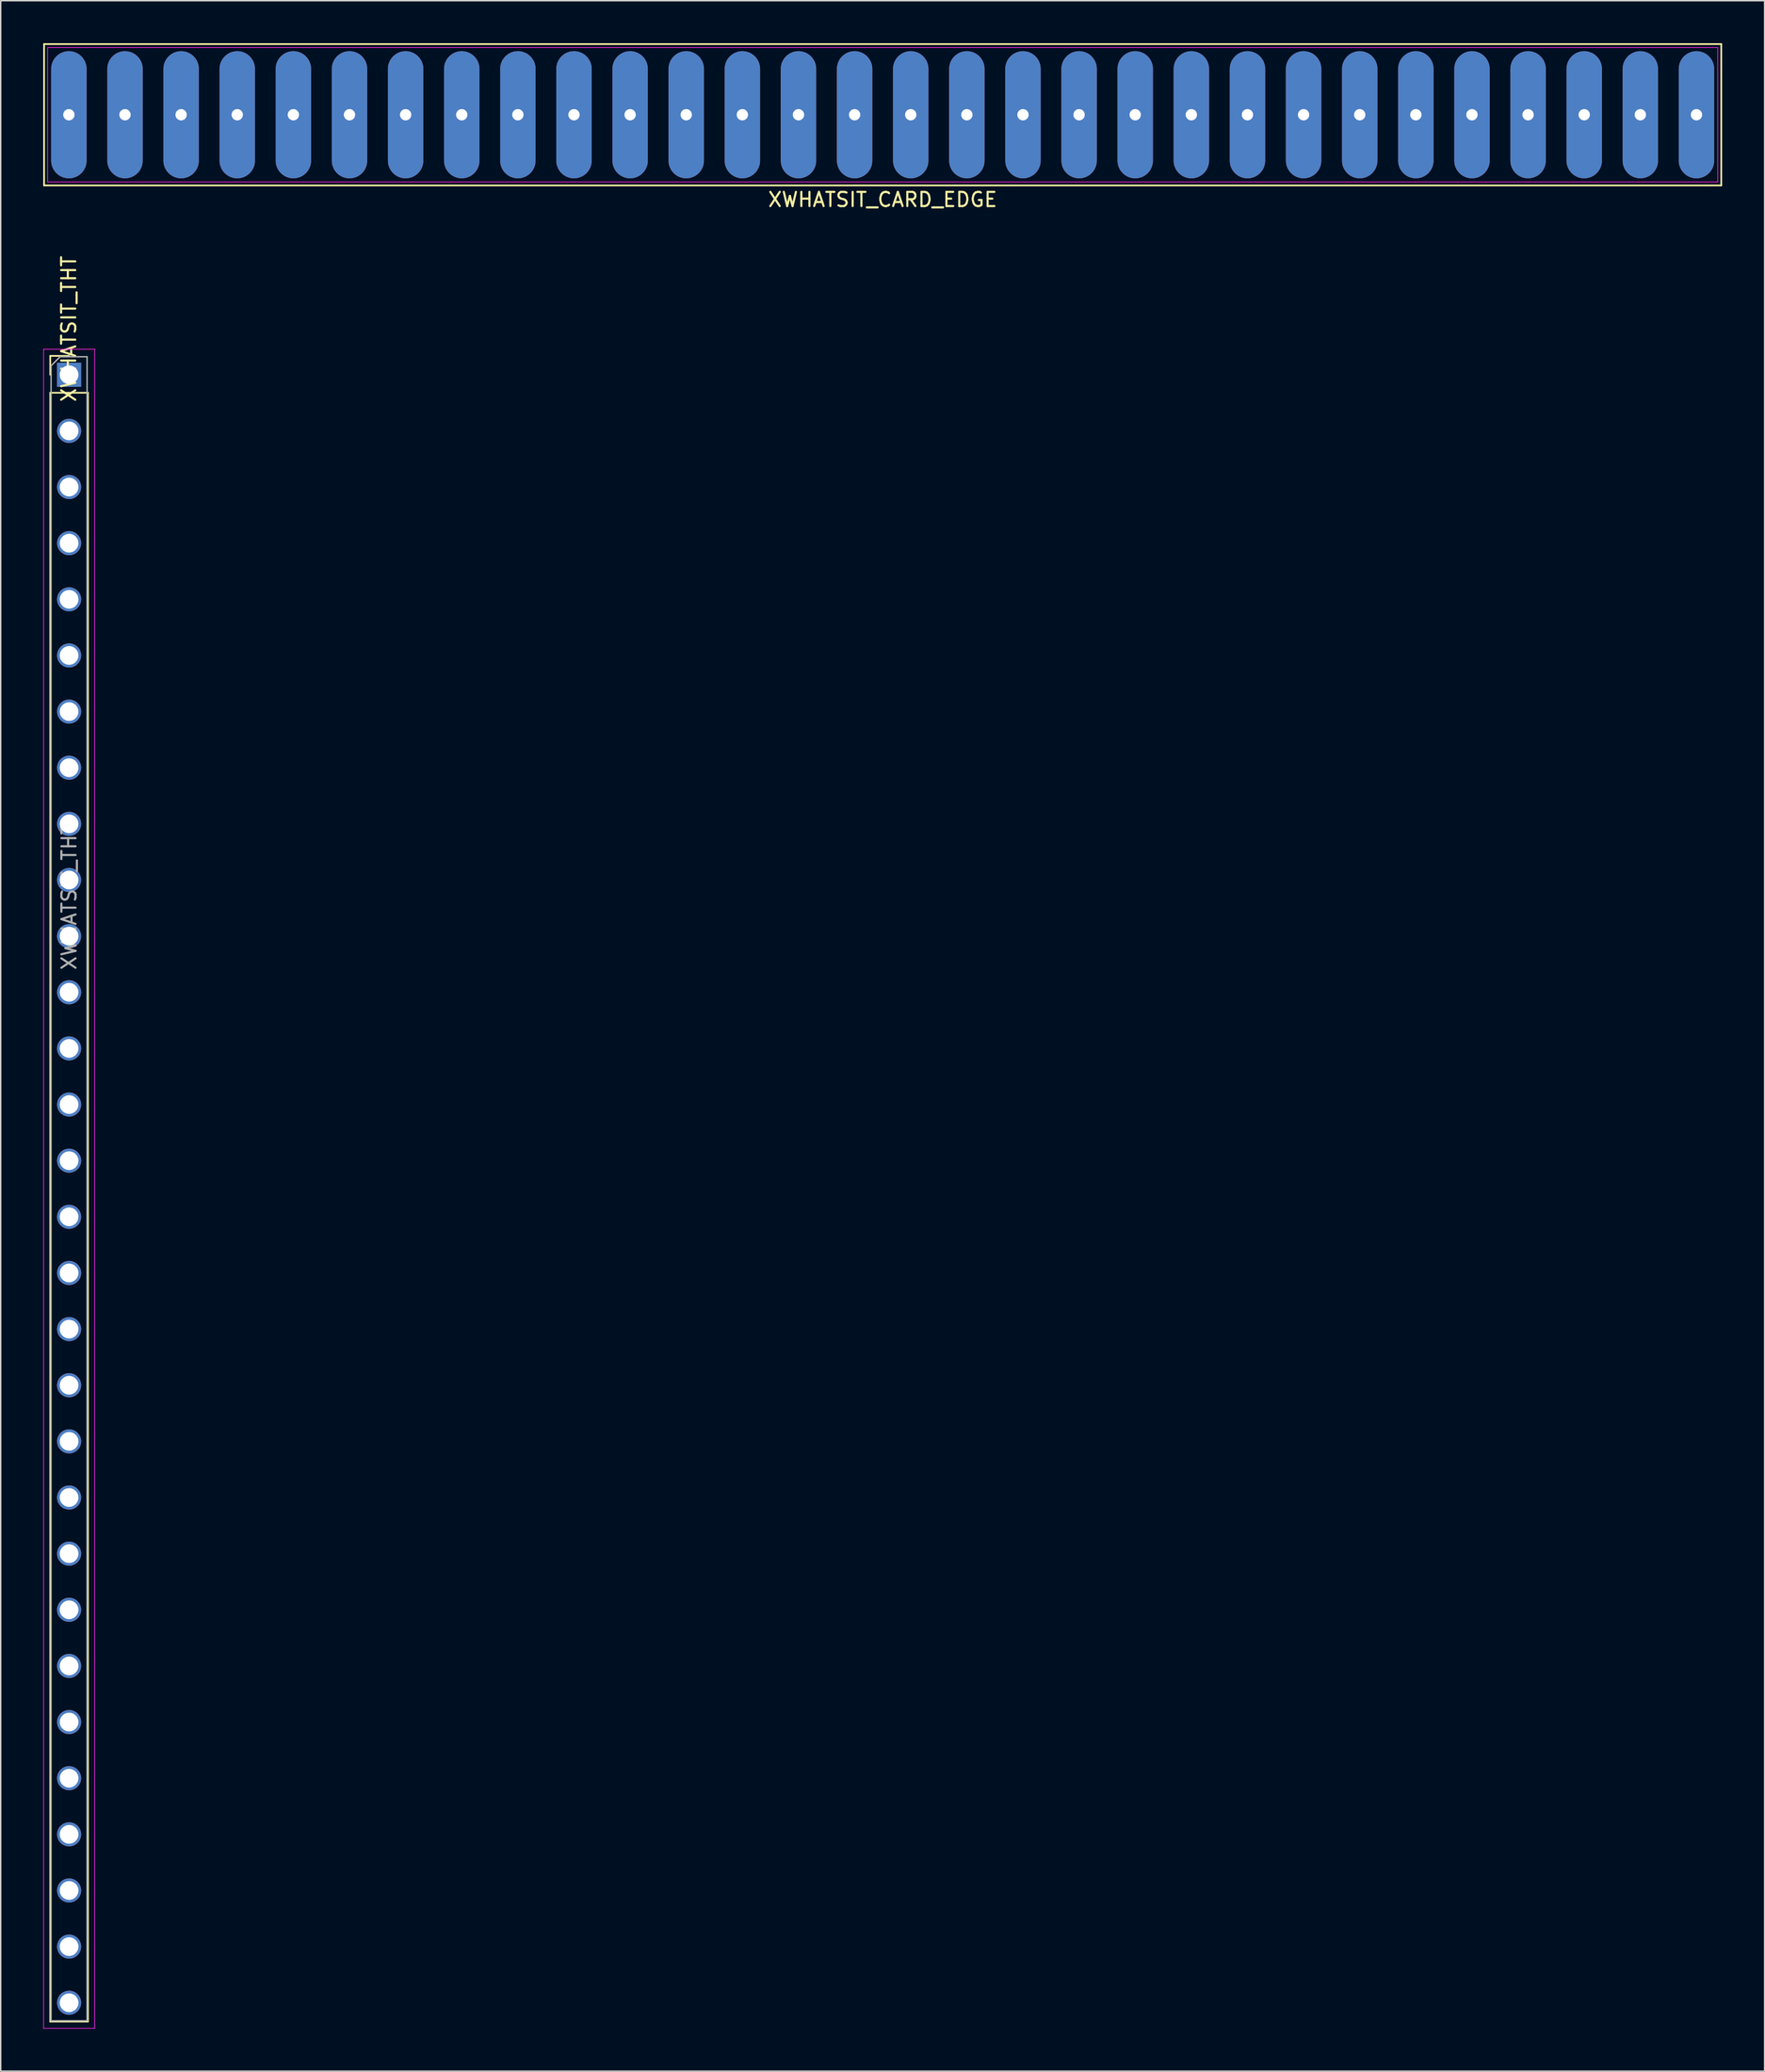
<source format=kicad_pcb>
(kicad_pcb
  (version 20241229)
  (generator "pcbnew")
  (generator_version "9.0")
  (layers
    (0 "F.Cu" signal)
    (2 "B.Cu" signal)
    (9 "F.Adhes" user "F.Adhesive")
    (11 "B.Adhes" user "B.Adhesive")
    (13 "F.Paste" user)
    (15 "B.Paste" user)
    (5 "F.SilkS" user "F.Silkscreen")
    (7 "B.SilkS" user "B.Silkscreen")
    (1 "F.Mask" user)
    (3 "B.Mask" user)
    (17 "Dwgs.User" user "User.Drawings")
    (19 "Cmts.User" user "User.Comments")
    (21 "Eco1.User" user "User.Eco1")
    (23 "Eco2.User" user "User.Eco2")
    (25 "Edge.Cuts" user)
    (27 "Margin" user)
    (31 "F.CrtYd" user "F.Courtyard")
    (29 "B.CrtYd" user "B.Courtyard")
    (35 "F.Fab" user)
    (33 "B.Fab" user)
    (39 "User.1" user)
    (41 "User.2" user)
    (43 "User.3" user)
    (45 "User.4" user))
  (footprint "XWHATSIT_CARD_EDGE"
    (layer "F.Cu")
    (at 59.23 5.045)
    (property "Reference" "XWHATSIT_CARD_EDGE" (at 0 5.985 0) (layer "F.SilkS") (effects (font (size 1 1) (thickness 0.15))))
    (attr through_hole)
    (fp_line (start -59.17 -4.985) (end 59.17 -4.985) (stroke (width 0.12) (type solid)) (layer "F.SilkS"))
    (fp_line (start -59.17 4.985) (end -59.17 -4.985) (stroke (width 0.12) (type solid)) (layer "F.SilkS"))
    (fp_line (start 59.17 -4.985) (end 59.17 4.985) (stroke (width 0.12) (type solid)) (layer "F.SilkS"))
    (fp_line (start 59.17 4.985) (end -59.17 4.985) (stroke (width 0.12) (type solid)) (layer "F.SilkS"))
    (fp_line (start -58.92 -4.74) (end 58.92 -4.74) (stroke (width 0.05) (type solid)) (layer "F.CrtYd"))
    (fp_line (start -58.92 4.74) (end -58.92 -4.74) (stroke (width 0.05) (type solid)) (layer "F.CrtYd"))
    (fp_line (start 58.92 -4.74) (end 58.92 4.74) (stroke (width 0.05) (type solid)) (layer "F.CrtYd"))
    (fp_line (start 58.92 4.74) (end -58.92 4.74) (stroke (width 0.05) (type solid)) (layer "F.CrtYd"))
    (pad "1" thru_hole oval (at -57.42 0) (size 2.5 8.97) (drill 0.8) (layers "*.Cu" "*.Mask"))
    (pad "2" thru_hole oval (at -53.46 0) (size 2.5 8.97) (drill 0.8) (layers "*.Cu" "*.Mask"))
    (pad "3" thru_hole oval (at -49.5 0) (size 2.5 8.97) (drill 0.8) (layers "*.Cu" "*.Mask"))
    (pad "4" thru_hole oval (at -45.54 0) (size 2.5 8.97) (drill 0.8) (layers "*.Cu" "*.Mask"))
    (pad "5" thru_hole oval (at -41.58 0) (size 2.5 8.97) (drill 0.8) (layers "*.Cu" "*.Mask"))
    (pad "6" thru_hole oval (at -37.62 0) (size 2.5 8.97) (drill 0.8) (layers "*.Cu" "*.Mask"))
    (pad "7" thru_hole oval (at -33.66 0) (size 2.5 8.97) (drill 0.8) (layers "*.Cu" "*.Mask"))
    (pad "8" thru_hole oval (at -29.7 0) (size 2.5 8.97) (drill 0.8) (layers "*.Cu" "*.Mask"))
    (pad "9" thru_hole oval (at -25.74 0) (size 2.5 8.97) (drill 0.8) (layers "*.Cu" "*.Mask"))
    (pad "10" thru_hole oval (at -21.78 0) (size 2.5 8.97) (drill 0.8) (layers "*.Cu" "*.Mask"))
    (pad "11" thru_hole oval (at -17.82 0) (size 2.5 8.97) (drill 0.8) (layers "*.Cu" "*.Mask"))
    (pad "12" thru_hole oval (at -13.86 0) (size 2.5 8.97) (drill 0.8) (layers "*.Cu" "*.Mask"))
    (pad "13" thru_hole oval (at -9.9 0) (size 2.5 8.97) (drill 0.8) (layers "*.Cu" "*.Mask"))
    (pad "14" thru_hole oval (at -5.94 0) (size 2.5 8.97) (drill 0.8) (layers "*.Cu" "*.Mask"))
    (pad "15" thru_hole oval (at -1.98 0) (size 2.5 8.97) (drill 0.8) (layers "*.Cu" "*.Mask"))
    (pad "16" thru_hole oval (at 1.98 0) (size 2.5 8.97) (drill 0.8) (layers "*.Cu" "*.Mask"))
    (pad "17" thru_hole oval (at 5.94 0) (size 2.5 8.97) (drill 0.8) (layers "*.Cu" "*.Mask"))
    (pad "18" thru_hole oval (at 9.9 0) (size 2.5 8.97) (drill 0.8) (layers "*.Cu" "*.Mask"))
    (pad "19" thru_hole oval (at 13.86 0) (size 2.5 8.97) (drill 0.8) (layers "*.Cu" "*.Mask"))
    (pad "20" thru_hole oval (at 17.82 0) (size 2.5 8.97) (drill 0.8) (layers "*.Cu" "*.Mask"))
    (pad "21" thru_hole oval (at 21.78 0) (size 2.5 8.97) (drill 0.8) (layers "*.Cu" "*.Mask"))
    (pad "22" thru_hole oval (at 25.74 0) (size 2.5 8.97) (drill 0.8) (layers "*.Cu" "*.Mask"))
    (pad "23" thru_hole oval (at 29.7 0) (size 2.5 8.97) (drill 0.8) (layers "*.Cu" "*.Mask"))
    (pad "24" thru_hole oval (at 33.66 0) (size 2.5 8.97) (drill 0.8) (layers "*.Cu" "*.Mask"))
    (pad "25" thru_hole oval (at 37.62 0) (size 2.5 8.97) (drill 0.8) (layers "*.Cu" "*.Mask"))
    (pad "26" thru_hole oval (at 41.58 0) (size 2.5 8.97) (drill 0.8) (layers "*.Cu" "*.Mask"))
    (pad "27" thru_hole oval (at 45.54 0) (size 2.5 8.97) (drill 0.8) (layers "*.Cu" "*.Mask"))
    (pad "28" thru_hole oval (at 49.5 0) (size 2.5 8.97) (drill 0.8) (layers "*.Cu" "*.Mask"))
    (pad "29" thru_hole oval (at 53.46 0) (size 2.5 8.97) (drill 0.8) (layers "*.Cu" "*.Mask"))
    (pad "30" thru_hole oval (at 57.42 0) (size 2.5 8.97) (drill 0.8) (layers "*.Cu" "*.Mask")))
  (footprint "XWHATSIT_THT"
    (layer "F.Cu")
    (at 1.825 23.386)
    (property "Reference" "XWHATSIT_THT" (at -0.02 -3.24 270) (layer "F.SilkS") (effects (font (size 1 1) (thickness 0.15))))
    (attr through_hole)
    (fp_line (start -1.33 -1.33) (end 0 -1.33) (stroke (width 0.12) (type solid)) (layer "F.SilkS"))
    (fp_line (start -1.33 0) (end -1.33 -1.33) (stroke (width 0.12) (type solid)) (layer "F.SilkS"))
    (fp_line (start -1.33 1.27) (end -1.33 116.17) (stroke (width 0.12) (type solid)) (layer "F.SilkS"))
    (fp_line (start -1.33 1.27) (end 1.33 1.27) (stroke (width 0.12) (type solid)) (layer "F.SilkS"))
    (fp_line (start -1.33 116.17) (end 1.33 116.17) (stroke (width 0.12) (type solid)) (layer "F.SilkS"))
    (fp_line (start 1.33 1.27) (end 1.33 116.17) (stroke (width 0.12) (type solid)) (layer "F.SilkS"))
    (fp_line (start -1.8 -1.8) (end -1.8 116.64) (stroke (width 0.05) (type solid)) (layer "F.CrtYd"))
    (fp_line (start -1.8 116.64) (end 1.8 116.64) (stroke (width 0.05) (type solid)) (layer "F.CrtYd"))
    (fp_line (start 1.8 -1.8) (end -1.8 -1.8) (stroke (width 0.05) (type solid)) (layer "F.CrtYd"))
    (fp_line (start 1.8 116.64) (end 1.8 -1.8) (stroke (width 0.05) (type solid)) (layer "F.CrtYd"))
    (fp_line (start -1.27 -0.635) (end -0.635 -1.27) (stroke (width 0.1) (type solid)) (layer "F.Fab"))
    (fp_line (start -1.27 116.11) (end -1.27 -0.635) (stroke (width 0.1) (type solid)) (layer "F.Fab"))
    (fp_line (start -0.635 -1.27) (end 1.27 -1.27) (stroke (width 0.1) (type solid)) (layer "F.Fab"))
    (fp_line (start 1.27 -1.27) (end 1.27 116.11) (stroke (width 0.1) (type solid)) (layer "F.Fab"))
    (fp_line (start 1.27 116.11) (end -1.27 116.11) (stroke (width 0.1) (type solid)) (layer "F.Fab"))
    (fp_text user "${REFERENCE}" (at 0 36.83 90) (layer "F.Fab") (effects (font (size 1 1) (thickness 0.15))))
    (pad "1" thru_hole rect (at 0 0) (size 1.7 1.7) (drill 1.317) (layers "*.Cu" "*.Mask"))
    (pad "2" thru_hole oval (at 0 3.96) (size 1.7 1.7) (drill 1.317) (layers "*.Cu" "*.Mask"))
    (pad "3" thru_hole oval (at 0 7.92) (size 1.7 1.7) (drill 1.317) (layers "*.Cu" "*.Mask"))
    (pad "4" thru_hole oval (at 0 11.88) (size 1.7 1.7) (drill 1.317) (layers "*.Cu" "*.Mask"))
    (pad "5" thru_hole oval (at 0 15.84) (size 1.7 1.7) (drill 1.317) (layers "*.Cu" "*.Mask"))
    (pad "6" thru_hole oval (at 0 19.8) (size 1.7 1.7) (drill 1.317) (layers "*.Cu" "*.Mask"))
    (pad "7" thru_hole oval (at 0 23.76) (size 1.7 1.7) (drill 1.317) (layers "*.Cu" "*.Mask"))
    (pad "8" thru_hole oval (at 0 27.72) (size 1.7 1.7) (drill 1.317) (layers "*.Cu" "*.Mask"))
    (pad "9" thru_hole oval (at 0 31.68) (size 1.7 1.7) (drill 1.317) (layers "*.Cu" "*.Mask"))
    (pad "10" thru_hole oval (at 0 35.64) (size 1.7 1.7) (drill 1.317) (layers "*.Cu" "*.Mask"))
    (pad "11" thru_hole oval (at 0 39.6) (size 1.7 1.7) (drill 1.317) (layers "*.Cu" "*.Mask"))
    (pad "12" thru_hole oval (at 0 43.56) (size 1.7 1.7) (drill 1.317) (layers "*.Cu" "*.Mask"))
    (pad "13" thru_hole oval (at 0 47.52) (size 1.7 1.7) (drill 1.317) (layers "*.Cu" "*.Mask"))
    (pad "14" thru_hole oval (at 0 51.48) (size 1.7 1.7) (drill 1.317) (layers "*.Cu" "*.Mask"))
    (pad "15" thru_hole oval (at 0 55.44) (size 1.7 1.7) (drill 1.317) (layers "*.Cu" "*.Mask"))
    (pad "16" thru_hole oval (at 0 59.4) (size 1.7 1.7) (drill 1.317) (layers "*.Cu" "*.Mask"))
    (pad "17" thru_hole oval (at 0 63.36) (size 1.7 1.7) (drill 1.317) (layers "*.Cu" "*.Mask"))
    (pad "18" thru_hole oval (at 0 67.32) (size 1.7 1.7) (drill 1.317) (layers "*.Cu" "*.Mask"))
    (pad "19" thru_hole oval (at 0 71.28) (size 1.7 1.7) (drill 1.317) (layers "*.Cu" "*.Mask"))
    (pad "20" thru_hole oval (at 0 75.24) (size 1.7 1.7) (drill 1.317) (layers "*.Cu" "*.Mask"))
    (pad "21" thru_hole oval (at 0 79.2) (size 1.7 1.7) (drill 1.317) (layers "*.Cu" "*.Mask"))
    (pad "22" thru_hole oval (at 0 83.16) (size 1.7 1.7) (drill 1.317) (layers "*.Cu" "*.Mask"))
    (pad "23" thru_hole oval (at 0 87.12) (size 1.7 1.7) (drill 1.317) (layers "*.Cu" "*.Mask"))
    (pad "24" thru_hole oval (at 0 91.08) (size 1.7 1.7) (drill 1.317) (layers "*.Cu" "*.Mask"))
    (pad "25" thru_hole oval (at 0 95.04) (size 1.7 1.7) (drill 1.317) (layers "*.Cu" "*.Mask"))
    (pad "26" thru_hole oval (at 0 99) (size 1.7 1.7) (drill 1.317) (layers "*.Cu" "*.Mask"))
    (pad "27" thru_hole oval (at 0 102.96) (size 1.7 1.7) (drill 1.317) (layers "*.Cu" "*.Mask"))
    (pad "28" thru_hole oval (at 0 106.92) (size 1.7 1.7) (drill 1.317) (layers "*.Cu" "*.Mask"))
    (pad "29" thru_hole oval (at 0 110.88) (size 1.7 1.7) (drill 1.317) (layers "*.Cu" "*.Mask"))
    (pad "30" thru_hole oval (at 0 114.84) (size 1.7 1.7) (drill 1.317) (layers "*.Cu" "*.Mask")))
  (gr_rect
    (start -3 -3)
    (end 121.46 143.051)
    (stroke (width 0.1) (type default))
    (fill no)
    (layer "Edge.Cuts")))
</source>
